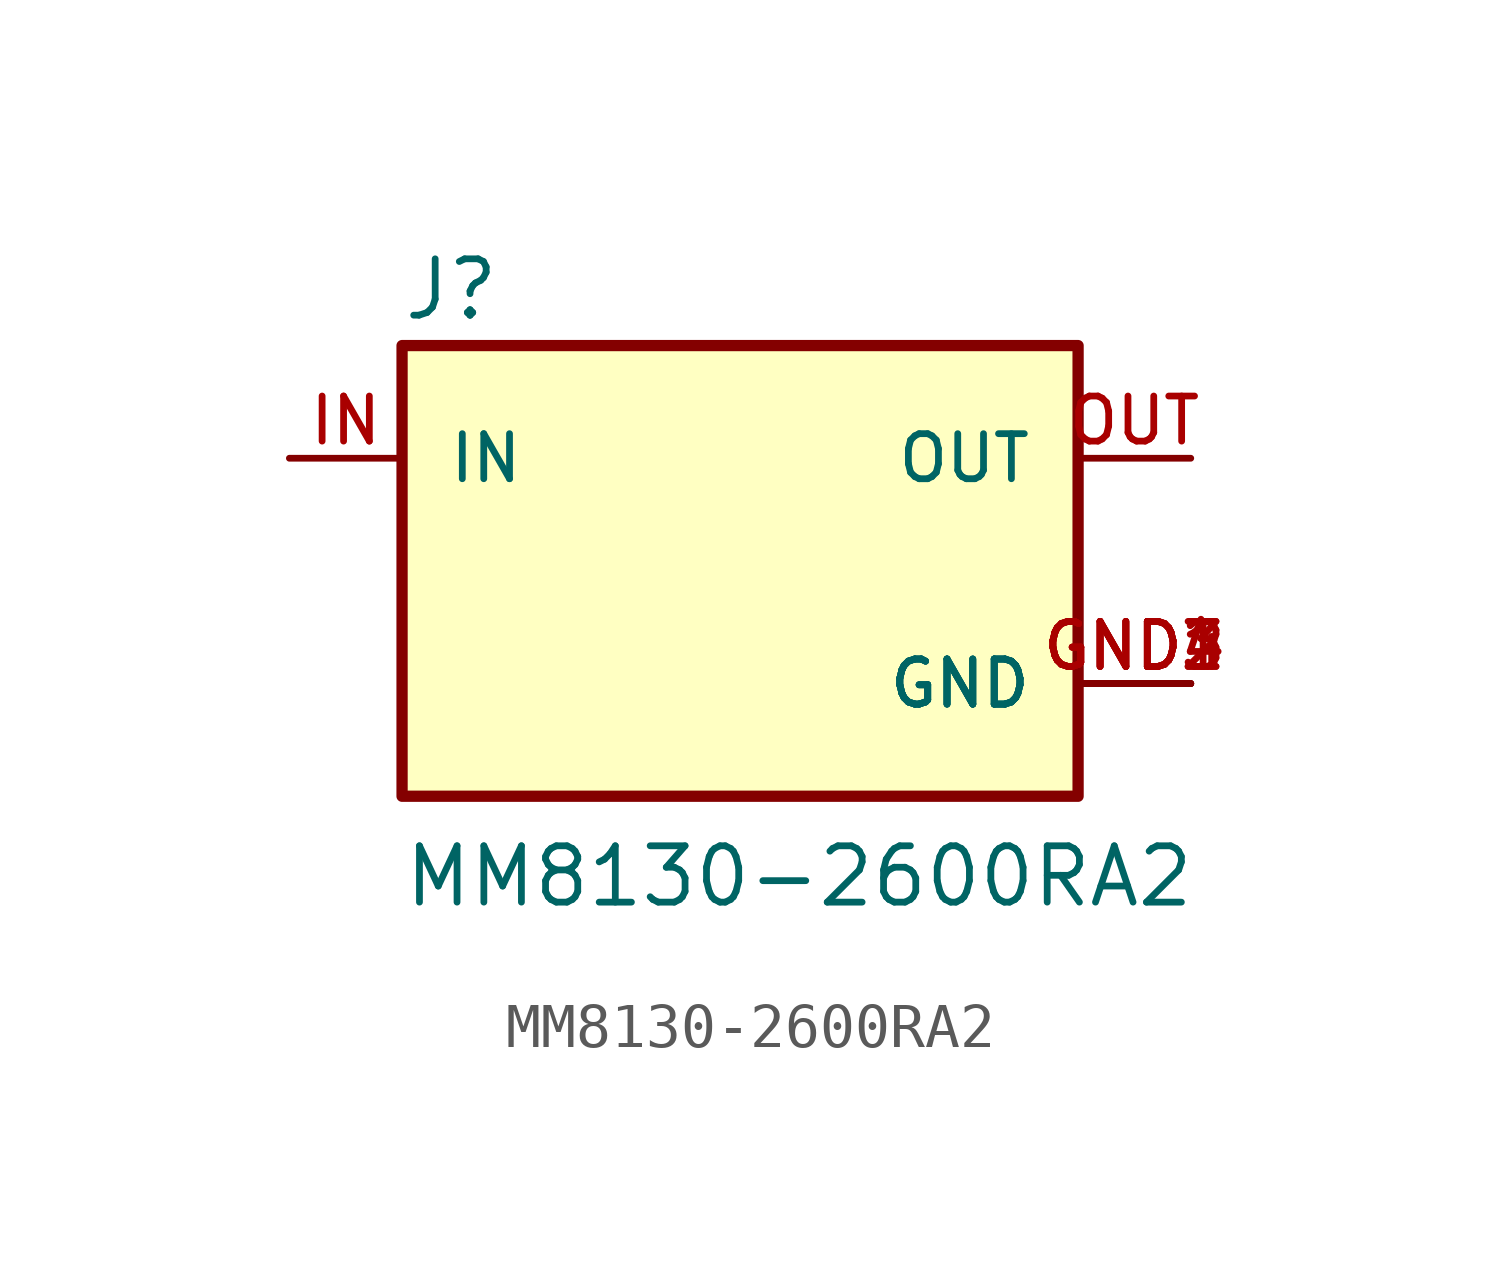
<source format=kicad_sym>
(kicad_symbol_lib
  (version 20211014)
  (generator kicad_symbol_editor)
  (symbol "MM8130-2600RA2"
    (pin_names
      (offset 1.016))
    (property "Reference" "J"
      (at -7.639 5.602 0)
      (effects (font (size 1.27 1.27)) (justify bottom left)))
    (property "Value" "MM8130-2600RA2"
      (at -7.63 -7.63 0)
      (effects (font (size 1.27 1.27)) (justify bottom left)))
    (symbol "MM8130-2600RA2_0_0"
      (rectangle (start -7.62 -5.08) (end 7.62 5.08) (stroke (width 0.254)) (fill (type background)))
      (pin input line (at -10.16 2.54 0) (length 2.54) (name "IN" (effects (font (size 1.016 1.016)))) (number "IN" (effects (font (size 1.016 1.016)))))
      (pin output line (at 10.16 2.54 180.0) (length 2.54) (name "OUT" (effects (font (size 1.016 1.016)))) (number "OUT" (effects (font (size 1.016 1.016)))))
      (pin power_in line (at 10.16 -2.54 180.0) (length 2.54) (name "GND" (effects (font (size 1.016 1.016)))) (number "GND1" (effects (font (size 1.016 1.016)))))
      (pin power_in line (at 10.16 -2.54 180.0) (length 2.54) (name "GND" (effects (font (size 1.016 1.016)))) (number "GND2" (effects (font (size 1.016 1.016)))))
      (pin power_in line (at 10.16 -2.54 180.0) (length 2.54) (name "GND" (effects (font (size 1.016 1.016)))) (number "GND3" (effects (font (size 1.016 1.016)))))
      (pin power_in line (at 10.16 -2.54 180.0) (length 2.54) (name "GND" (effects (font (size 1.016 1.016)))) (number "GND4" (effects (font (size 1.016 1.016))))))))
</source>
